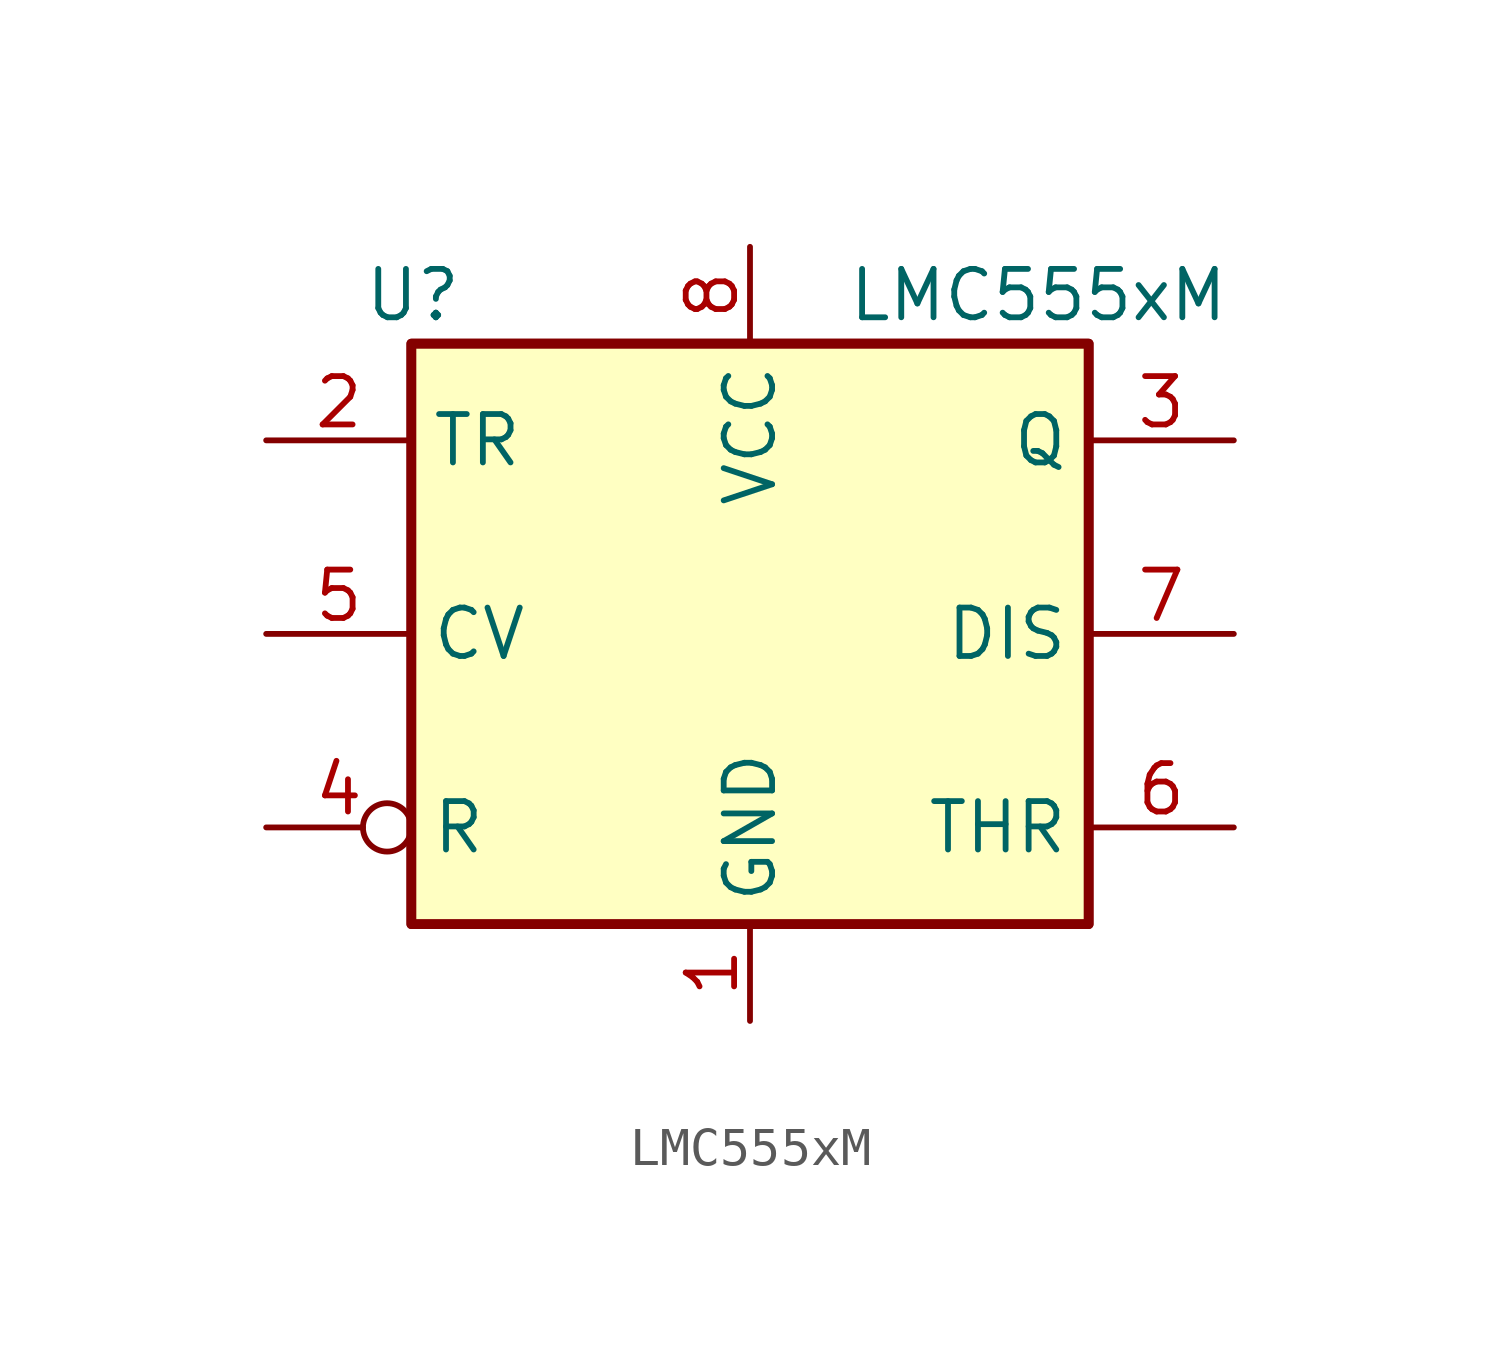
<source format=kicad_sym>
(kicad_symbol_lib
  (version 20220914)
  (generator kicad_db_lib)
  (symbol "LMC555xM"
    (property "Reference" "U"
      (at -10.16 8.89 0)
      (effects (font (size 1.27 1.27)) (justify left)))
    (property "Value" "LMC555xM"
      (at 2.54 8.89 0)
      (effects (font (size 1.27 1.27)) (justify left)))
    (symbol "LMC555xM_0_0"
      (pin power_in line (at 0 -10.16 90) (length 2.54) (name "GND" (effects (font (size 1.27 1.27)))) (number "1" (effects (font (size 1.27 1.27)))))
      (pin power_in line (at 0 10.16 270) (length 2.54) (name "VCC" (effects (font (size 1.27 1.27)))) (number "8" (effects (font (size 1.27 1.27))))))
    (symbol "LMC555xM_0_1"
      (rectangle (start -8.89 -7.62) (end 8.89 7.62) (stroke (width 0.254) (type default)) (fill (type background)))
      (rectangle (start -8.89 -7.62) (end 8.89 7.62) (stroke (width 0.254) (type default)) (fill (type background))))
    (symbol "LMC555xM_1_1"
      (pin input line (at -12.7 5.08 0) (length 3.81) (name "TR" (effects (font (size 1.27 1.27)))) (number "2" (effects (font (size 1.27 1.27)))))
      (pin output line (at 12.7 5.08 180) (length 3.81) (name "Q" (effects (font (size 1.27 1.27)))) (number "3" (effects (font (size 1.27 1.27)))))
      (pin input inverted (at -12.7 -5.08 0) (length 3.81) (name "R" (effects (font (size 1.27 1.27)))) (number "4" (effects (font (size 1.27 1.27)))))
      (pin input line (at -12.7 0 0) (length 3.81) (name "CV" (effects (font (size 1.27 1.27)))) (number "5" (effects (font (size 1.27 1.27)))))
      (pin input line (at 12.7 -5.08 180) (length 3.81) (name "THR" (effects (font (size 1.27 1.27)))) (number "6" (effects (font (size 1.27 1.27)))))
      (pin input line (at 12.7 0 180) (length 3.81) (name "DIS" (effects (font (size 1.27 1.27)))) (number "7" (effects (font (size 1.27 1.27))))))))
</source>
